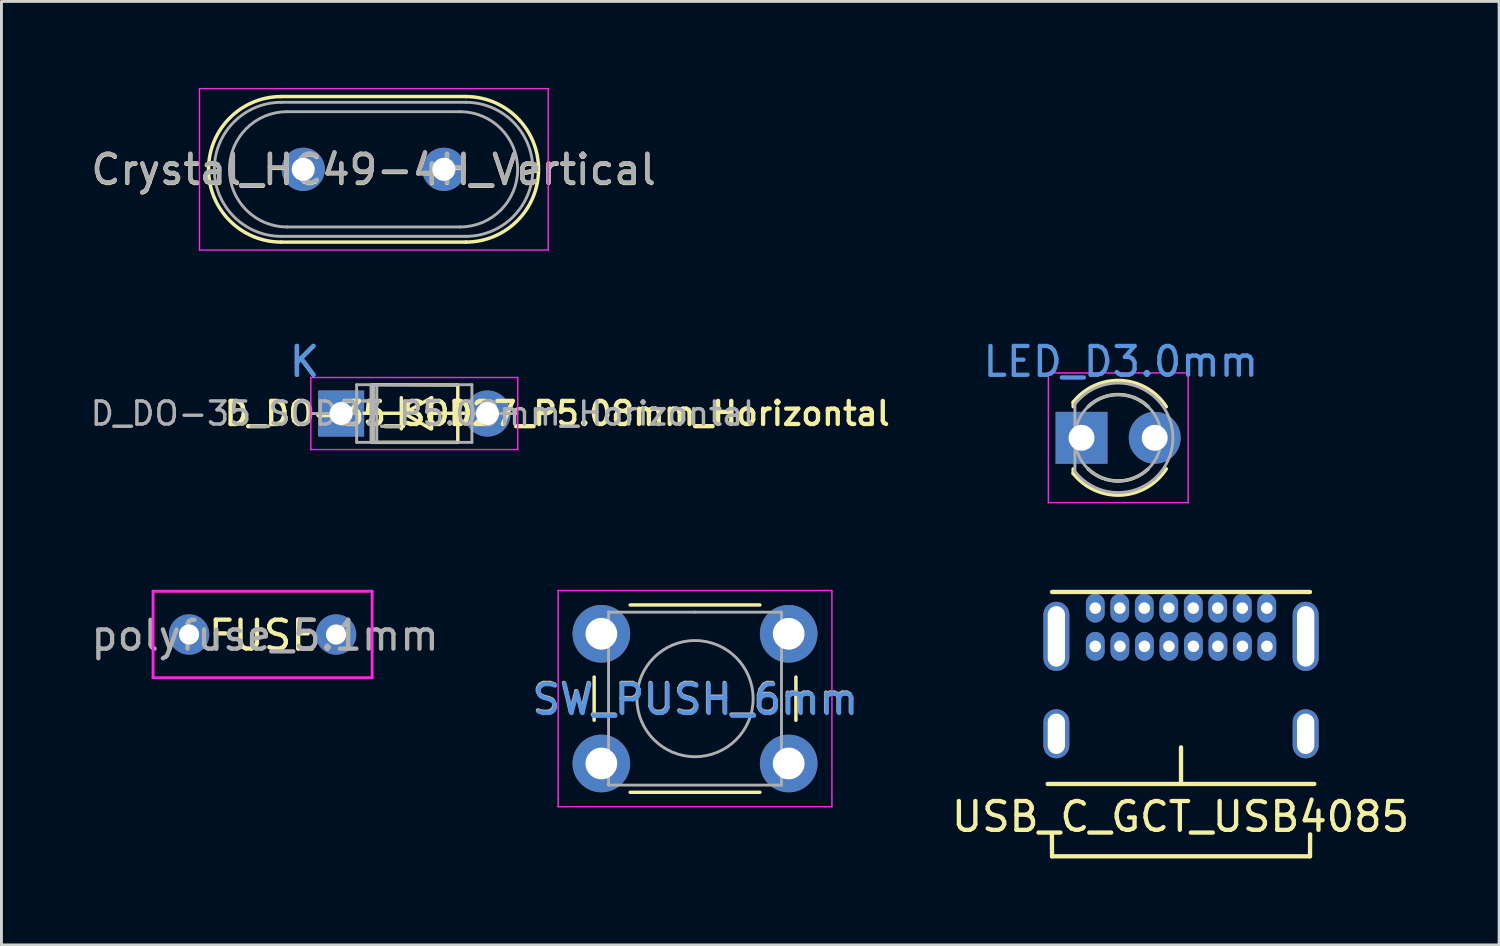
<source format=kicad_pcb>
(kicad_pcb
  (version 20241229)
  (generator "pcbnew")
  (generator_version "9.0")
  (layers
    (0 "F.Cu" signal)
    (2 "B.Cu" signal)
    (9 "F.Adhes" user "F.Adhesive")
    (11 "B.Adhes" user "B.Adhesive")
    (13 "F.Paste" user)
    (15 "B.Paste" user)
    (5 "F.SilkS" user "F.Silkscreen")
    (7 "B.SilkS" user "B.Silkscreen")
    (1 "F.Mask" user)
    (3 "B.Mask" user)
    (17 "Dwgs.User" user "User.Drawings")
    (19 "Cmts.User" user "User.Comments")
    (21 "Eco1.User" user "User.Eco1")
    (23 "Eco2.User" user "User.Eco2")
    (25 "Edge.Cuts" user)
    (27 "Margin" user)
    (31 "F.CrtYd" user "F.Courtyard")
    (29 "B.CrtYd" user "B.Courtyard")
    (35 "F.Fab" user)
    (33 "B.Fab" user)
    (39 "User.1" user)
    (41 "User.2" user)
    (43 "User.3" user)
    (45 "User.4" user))
  (footprint "D_DO-35_SOD27_P5.08mm_Horizontal"
    (layer "F.Cu")
    (at 7.514 11.298)
    (property "Reference" "D_DO-35_SOD27_P5.08mm_Horizontal" (at 8.77 0 180) (layer "F.SilkS") (effects (font (size 0.8 0.8) (thickness 0.15))))
    (attr through_hole)
    (fp_line (start 2.07 -0.01) (end 3.35 -0.01) (stroke (width 0.12) (type solid)) (layer "F.SilkS"))
    (fp_line (start 2.33 -1) (end 5.32 -0.99) (stroke (width 0.12) (type solid)) (layer "F.SilkS"))
    (fp_line (start 2.33 1) (end 2.33 -1) (stroke (width 0.12) (type solid)) (layer "F.SilkS"))
    (fp_line (start 2.34 1) (end 5.31 1) (stroke (width 0.12) (type solid)) (layer "F.SilkS"))
    (fp_line (start 3.36 0.53) (end 3.36 -0.55) (stroke (width 0.12) (type solid)) (layer "F.SilkS"))
    (fp_line (start 3.46 -0.01) (end 4.41 -0.55) (stroke (width 0.12) (type solid)) (layer "F.SilkS"))
    (fp_line (start 3.47 0) (end 4.38 0.53) (stroke (width 0.12) (type solid)) (layer "F.SilkS"))
    (fp_line (start 4.41 0.53) (end 4.41 -0.55) (stroke (width 0.12) (type solid)) (layer "F.SilkS"))
    (fp_line (start 5.32 1) (end 5.32 -0.99) (stroke (width 0.12) (type solid)) (layer "F.SilkS"))
    (fp_line (start 5.53 -0.01) (end 4.41 -0.01) (stroke (width 0.12) (type solid)) (layer "F.SilkS"))
    (fp_line (start 0.22 -1.25) (end 0.22 1.25) (stroke (width 0.05) (type solid)) (layer "F.CrtYd"))
    (fp_line (start 0.22 1.25) (end 7.4 1.25) (stroke (width 0.05) (type solid)) (layer "F.CrtYd"))
    (fp_line (start 7.4 -1.25) (end 0.22 -1.25) (stroke (width 0.05) (type solid)) (layer "F.CrtYd"))
    (fp_line (start 7.4 1.25) (end 7.4 -1.25) (stroke (width 0.05) (type solid)) (layer "F.CrtYd"))
    (fp_line (start 0.25 0) (end 1.81 0) (stroke (width 0.1) (type solid)) (layer "F.Fab"))
    (fp_line (start 1.81 -1) (end 1.81 1) (stroke (width 0.1) (type solid)) (layer "F.Fab"))
    (fp_line (start 1.81 1) (end 5.81 1) (stroke (width 0.1) (type solid)) (layer "F.Fab"))
    (fp_line (start 2.31 -1) (end 2.31 1) (stroke (width 0.1) (type solid)) (layer "F.Fab"))
    (fp_line (start 2.41 -1) (end 2.41 1) (stroke (width 0.1) (type solid)) (layer "F.Fab"))
    (fp_line (start 2.51 -1) (end 2.51 1) (stroke (width 0.1) (type solid)) (layer "F.Fab"))
    (fp_line (start 5.81 -1) (end 1.81 -1) (stroke (width 0.1) (type solid)) (layer "F.Fab"))
    (fp_line (start 5.81 1) (end 5.81 -1) (stroke (width 0.1) (type solid)) (layer "F.Fab"))
    (fp_line (start 7.37 0) (end 5.81 0) (stroke (width 0.1) (type solid)) (layer "F.Fab"))
    (fp_text user "K" (at 0 -1.8 180) (layer "Cmts.User") (effects (font (size 1 1) (thickness 0.15))))
    (fp_text user "${REFERENCE}" (at 4.11 0 180) (layer "F.Fab") (effects (font (size 0.8 0.8) (thickness 0.12))))
    (fp_text user "K" (at 0 -1.8 180) (layer "F.Fab") (effects (font (size 1 1) (thickness 0.15))))
    (pad "1" thru_hole rect (at 1.27 0) (size 1.6 1.6) (drill 0.8) (layers "*.Cu" "*.Mask"))
    (pad "2" thru_hole oval (at 6.35 0) (size 1.6 1.6) (drill 0.8) (layers "*.Cu" "*.Mask")))
  (footprint "SW_PUSH_6mm"
    (layer "F.Cu")
    (at 17.815 18.94)
    (property "Reference" "SW_PUSH_6mm" (at 3.272 2.292 0) (layer "Cmts.User") (effects (font (size 1 1) (thickness 0.15))))
    (attr through_hole)
    (fp_line (start -0.25 1.5) (end -0.25 3) (stroke (width 0.12) (type solid)) (layer "F.SilkS"))
    (fp_line (start 1 5.5) (end 5.5 5.5) (stroke (width 0.12) (type solid)) (layer "F.SilkS"))
    (fp_line (start 5.5 -1) (end 1 -1) (stroke (width 0.12) (type solid)) (layer "F.SilkS"))
    (fp_line (start 6.75 3) (end 6.75 1.5) (stroke (width 0.12) (type solid)) (layer "F.SilkS"))
    (fp_line (start -1.5 -1.5) (end -1.25 -1.5) (stroke (width 0.05) (type solid)) (layer "F.CrtYd"))
    (fp_line (start -1.5 -1.25) (end -1.5 -1.5) (stroke (width 0.05) (type solid)) (layer "F.CrtYd"))
    (fp_line (start -1.5 5.75) (end -1.5 -1.25) (stroke (width 0.05) (type solid)) (layer "F.CrtYd"))
    (fp_line (start -1.5 5.75) (end -1.5 6) (stroke (width 0.05) (type solid)) (layer "F.CrtYd"))
    (fp_line (start -1.5 6) (end -1.25 6) (stroke (width 0.05) (type solid)) (layer "F.CrtYd"))
    (fp_line (start -1.25 -1.5) (end 7.75 -1.5) (stroke (width 0.05) (type solid)) (layer "F.CrtYd"))
    (fp_line (start 7.75 -1.5) (end 8 -1.5) (stroke (width 0.05) (type solid)) (layer "F.CrtYd"))
    (fp_line (start 7.75 6) (end -1.25 6) (stroke (width 0.05) (type solid)) (layer "F.CrtYd"))
    (fp_line (start 7.75 6) (end 8 6) (stroke (width 0.05) (type solid)) (layer "F.CrtYd"))
    (fp_line (start 8 -1.5) (end 8 -1.25) (stroke (width 0.05) (type solid)) (layer "F.CrtYd"))
    (fp_line (start 8 -1.25) (end 8 5.75) (stroke (width 0.05) (type solid)) (layer "F.CrtYd"))
    (fp_line (start 8 6) (end 8 5.75) (stroke (width 0.05) (type solid)) (layer "F.CrtYd"))
    (fp_line (start 0.25 -0.75) (end 3.25 -0.75) (stroke (width 0.1) (type solid)) (layer "F.Fab"))
    (fp_line (start 0.25 5.25) (end 0.25 -0.75) (stroke (width 0.1) (type solid)) (layer "F.Fab"))
    (fp_line (start 3.25 -0.75) (end 6.25 -0.75) (stroke (width 0.1) (type solid)) (layer "F.Fab"))
    (fp_line (start 6.25 -0.75) (end 6.25 5.25) (stroke (width 0.1) (type solid)) (layer "F.Fab"))
    (fp_line (start 6.25 5.25) (end 0.25 5.25) (stroke (width 0.1) (type solid)) (layer "F.Fab"))
    (fp_circle (center 3.25 2.25) (end 1.25 2.5) (stroke (width 0.1) (type solid)) (fill no) (layer "F.Fab"))
    (fp_text user "${REFERENCE}" (at 3.25 2.25 0) (layer "F.Fab") (effects (font (size 1 1) (thickness 0.15))))
    (pad "1" thru_hole circle (at 0 0 90) (size 2 2) (drill 1.1) (layers "*.Cu" "*.Mask"))
    (pad "1" thru_hole circle (at 6.5 0 90) (size 2 2) (drill 1.1) (layers "*.Cu" "*.Mask"))
    (pad "2" thru_hole circle (at 0 4.5 90) (size 2 2) (drill 1.1) (layers "*.Cu" "*.Mask"))
    (pad "2" thru_hole circle (at 6.5 4.5 90) (size 2 2) (drill 1.1) (layers "*.Cu" "*.Mask")))
  (footprint "LED_D3.0mm"
    (layer "F.Cu")
    (at 34.475 12.14)
    (property "Reference" "LED_D3.0mm" (at 1.365 -2.642 0) (layer "Cmts.User") (effects (font (size 1 1) (thickness 0.15))))
    (attr through_hole)
    (fp_line (start -0.29 -1.236) (end -0.29 -1.08) (stroke (width 0.12) (type solid)) (layer "F.SilkS"))
    (fp_line (start -0.29 1.08) (end -0.29 1.236) (stroke (width 0.12) (type solid)) (layer "F.SilkS"))
    (fp_arc (start -0.29 -1.235516) (mid 1.366487 -1.987659) (end 2.942335 -1.078608) (stroke (width 0.12) (type solid)) (layer "F.SilkS"))
    (fp_arc (start 0.229039 -1.08) (mid 1.270117 -1.5) (end 2.31113 -1.079837) (stroke (width 0.12) (type solid)) (layer "F.SilkS"))
    (fp_arc (start 2.31113 1.079837) (mid 1.270117 1.5) (end 0.229039 1.08) (stroke (width 0.12) (type solid)) (layer "F.SilkS"))
    (fp_arc (start 2.942335 1.078608) (mid 1.366487 1.987659) (end -0.29 1.235516) (stroke (width 0.12) (type solid)) (layer "F.SilkS"))
    (fp_line (start -1.15 -2.25) (end -1.15 2.25) (stroke (width 0.05) (type solid)) (layer "F.CrtYd"))
    (fp_line (start -1.15 2.25) (end 3.7 2.25) (stroke (width 0.05) (type solid)) (layer "F.CrtYd"))
    (fp_line (start 3.7 -2.25) (end -1.15 -2.25) (stroke (width 0.05) (type solid)) (layer "F.CrtYd"))
    (fp_line (start 3.7 2.25) (end 3.7 -2.25) (stroke (width 0.05) (type solid)) (layer "F.CrtYd"))
    (fp_line (start -0.23 -1.166) (end -0.23 1.166) (stroke (width 0.1) (type solid)) (layer "F.Fab"))
    (fp_arc (start -0.23 -1.16619) (mid 3.17 0.000452) (end -0.230555 1.165476) (stroke (width 0.1) (type solid)) (layer "F.Fab"))
    (fp_circle (center 1.27 0) (end 2.77 0) (stroke (width 0.1) (type solid)) (fill no) (layer "F.Fab"))
    (pad "1" thru_hole rect (at 0 0) (size 1.8 1.8) (drill 0.9) (layers "*.Cu" "*.Mask"))
    (pad "2" thru_hole circle (at 2.54 0) (size 1.8 1.8) (drill 0.9) (layers "*.Cu" "*.Mask")))
  (footprint "USB_C_GCT_USB4085"
    (layer "F.Cu")
    (at 37.927 24.15)
    (property "Reference" "USB_C_GCT_USB4085" (at -0.017 1.137 180) (layer "F.SilkS") (effects (font (size 1 1) (thickness 0.15))))
    (attr through_hole)
    (fp_line (start -4.625 0) (end 4.625 0) (stroke (width 0.15) (type solid)) (layer "F.SilkS"))
    (fp_line (start -4.475 -6.66) (end 4.475 -6.66) (stroke (width 0.15) (type solid)) (layer "F.SilkS"))
    (fp_line (start -4.475 2.51) (end -4.48 1.75) (stroke (width 0.15) (type solid)) (layer "F.SilkS"))
    (fp_line (start -4.475 2.51) (end 4.475 2.51) (stroke (width 0.15) (type solid)) (layer "F.SilkS"))
    (fp_line (start 0 0) (end 0 -1.27) (stroke (width 0.15) (type solid)) (layer "F.SilkS"))
    (fp_line (start 4.48 1.75) (end 4.475 2.51) (stroke (width 0.15) (type solid)) (layer "F.SilkS"))
    (pad "A1" thru_hole oval (at -2.975 -6.1) (size 0.65 1) (drill 0.4) (layers "*.Cu" "*.Mask"))
    (pad "A4" thru_hole oval (at -2.125 -6.1) (size 0.65 1) (drill 0.4) (layers "*.Cu" "*.Mask"))
    (pad "A5" thru_hole oval (at -1.275 -6.1) (size 0.65 1) (drill 0.4) (layers "*.Cu" "*.Mask"))
    (pad "A6" thru_hole oval (at -0.425 -6.1) (size 0.65 1) (drill 0.4) (layers "*.Cu" "*.Mask"))
    (pad "A7" thru_hole oval (at 0.425 -6.1) (size 0.65 1) (drill 0.4) (layers "*.Cu" "*.Mask"))
    (pad "A8" thru_hole oval (at 1.275 -6.1) (size 0.65 1) (drill 0.4) (layers "*.Cu" "*.Mask"))
    (pad "A9" thru_hole oval (at 2.125 -6.1) (size 0.65 1) (drill 0.4) (layers "*.Cu" "*.Mask"))
    (pad "A12" thru_hole oval (at 2.975 -6.1) (size 0.65 1) (drill 0.4) (layers "*.Cu" "*.Mask"))
    (pad "B1" thru_hole oval (at 2.98 -4.775) (size 0.65 1) (drill 0.4) (layers "*.Cu" "*.Mask"))
    (pad "B4" thru_hole oval (at 2.13 -4.775) (size 0.65 1) (drill 0.4) (layers "*.Cu" "*.Mask"))
    (pad "B5" thru_hole oval (at 1.28 -4.775) (size 0.65 1) (drill 0.4) (layers "*.Cu" "*.Mask"))
    (pad "B6" thru_hole oval (at 0.43 -4.775) (size 0.65 1) (drill 0.4) (layers "*.Cu" "*.Mask"))
    (pad "B7" thru_hole oval (at -0.42 -4.775) (size 0.65 1) (drill 0.4) (layers "*.Cu" "*.Mask"))
    (pad "B8" thru_hole oval (at -1.27 -4.775) (size 0.65 1) (drill 0.4) (layers "*.Cu" "*.Mask"))
    (pad "B9" thru_hole oval (at -2.12 -4.775) (size 0.65 1) (drill 0.4) (layers "*.Cu" "*.Mask"))
    (pad "B12" thru_hole oval (at -2.975 -4.775) (size 0.65 1) (drill 0.4) (layers "*.Cu" "*.Mask"))
    (pad "S1" thru_hole oval (at -4.325 -5.12) (size 0.9 2.4) (drill oval 0.6 2.1) (layers "*.Cu" "*.Mask"))
    (pad "S1" thru_hole oval (at -4.325 -1.74) (size 0.9 1.7) (drill oval 0.6 1.4) (layers "*.Cu" "*.Mask"))
    (pad "S1" thru_hole oval (at 4.325 -5.12) (size 0.9 2.4) (drill oval 0.6 2.1) (layers "*.Cu" "*.Mask"))
    (pad "S1" thru_hole oval (at 4.325 -1.74) (size 0.9 1.7) (drill oval 0.6 1.4) (layers "*.Cu" "*.Mask")))
  (footprint "polyfuse_5.1mm"
    (layer "F.Cu")
    (at 6.061 18.965)
    (property "Reference" "polyfuse_5.1mm" (at 0.087 0.035 0) (layer "F.Fab") (effects (font (size 1 1) (thickness 0.15))))
    (attr through_hole)
    (fp_line (start -3.8 -1.5) (end 3.8 -1.5) (stroke (width 0.1) (type solid)) (layer "F.CrtYd"))
    (fp_line (start -3.8 1.5) (end -3.8 -1.5) (stroke (width 0.1) (type solid)) (layer "F.CrtYd"))
    (fp_line (start 3.8 -1.5) (end 3.8 1.5) (stroke (width 0.1) (type solid)) (layer "F.CrtYd"))
    (fp_line (start 3.8 1.5) (end -3.8 1.5) (stroke (width 0.1) (type solid)) (layer "F.CrtYd"))
    (fp_text user "FUSE" (at 0.02 0.03 0) (layer "F.SilkS") (effects (font (size 1 1) (thickness 0.15))))
    (pad "1" thru_hole circle (at -2.55 0) (size 1.4 1.4) (drill 0.7) (layers "*.Cu" "*.Mask"))
    (pad "2" thru_hole circle (at 2.55 0) (size 1.4 1.4) (drill 0.7) (layers "*.Cu" "*.Mask")))
  (footprint "Crystal_HC49-4H_Vertical"
    (layer "F.Cu")
    (at 7.471 2.825)
    (property "Reference" "Crystal_HC49-4H_Vertical" (at 2.44 0.019 0) (layer "F.SilkS") (effects (font (size 1 1) (thickness 0.15))))
    (attr through_hole)
    (fp_line (start -0.76 -2.525) (end 5.64 -2.525) (stroke (width 0.12) (type solid)) (layer "F.SilkS"))
    (fp_line (start -0.76 2.525) (end 5.64 2.525) (stroke (width 0.12) (type solid)) (layer "F.SilkS"))
    (fp_arc (start -0.76 2.525) (mid -3.285 0) (end -0.76 -2.525) (stroke (width 0.12) (type solid)) (layer "F.SilkS"))
    (fp_arc (start 5.64 -2.525) (mid 8.165 0) (end 5.64 2.525) (stroke (width 0.12) (type solid)) (layer "F.SilkS"))
    (fp_line (start -3.6 -2.8) (end -3.6 2.8) (stroke (width 0.05) (type solid)) (layer "F.CrtYd"))
    (fp_line (start -3.6 2.8) (end 8.5 2.8) (stroke (width 0.05) (type solid)) (layer "F.CrtYd"))
    (fp_line (start 8.5 -2.8) (end -3.6 -2.8) (stroke (width 0.05) (type solid)) (layer "F.CrtYd"))
    (fp_line (start 8.5 2.8) (end 8.5 -2.8) (stroke (width 0.05) (type solid)) (layer "F.CrtYd"))
    (fp_line (start -0.76 -2.325) (end 5.64 -2.325) (stroke (width 0.1) (type solid)) (layer "F.Fab"))
    (fp_line (start -0.76 2.325) (end 5.64 2.325) (stroke (width 0.1) (type solid)) (layer "F.Fab"))
    (fp_line (start -0.56 -2) (end 5.44 -2) (stroke (width 0.1) (type solid)) (layer "F.Fab"))
    (fp_line (start -0.56 2) (end 5.44 2) (stroke (width 0.1) (type solid)) (layer "F.Fab"))
    (fp_arc (start -0.76 2.325) (mid -3.085 0) (end -0.76 -2.325) (stroke (width 0.1) (type solid)) (layer "F.Fab"))
    (fp_arc (start -0.56 2) (mid -2.56 0) (end -0.56 -2) (stroke (width 0.1) (type solid)) (layer "F.Fab"))
    (fp_arc (start 5.44 -2) (mid 7.44 0) (end 5.44 2) (stroke (width 0.1) (type solid)) (layer "F.Fab"))
    (fp_arc (start 5.64 -2.325) (mid 7.965 0) (end 5.64 2.325) (stroke (width 0.1) (type solid)) (layer "F.Fab"))
    (fp_text user "${REFERENCE}" (at 2.44 0 0) (layer "F.Fab") (effects (font (size 1 1) (thickness 0.15))))
    (pad "1" thru_hole circle (at 0 0) (size 1.5 1.5) (drill 0.8) (layers "*.Cu" "*.Mask"))
    (pad "2" thru_hole circle (at 4.88 0) (size 1.5 1.5) (drill 0.8) (layers "*.Cu" "*.Mask")))
  (gr_rect
    (start -3 -3)
    (end 48.963 29.735)
    (stroke (width 0.1) (type default))
    (fill no)
    (layer "Edge.Cuts")))
</source>
